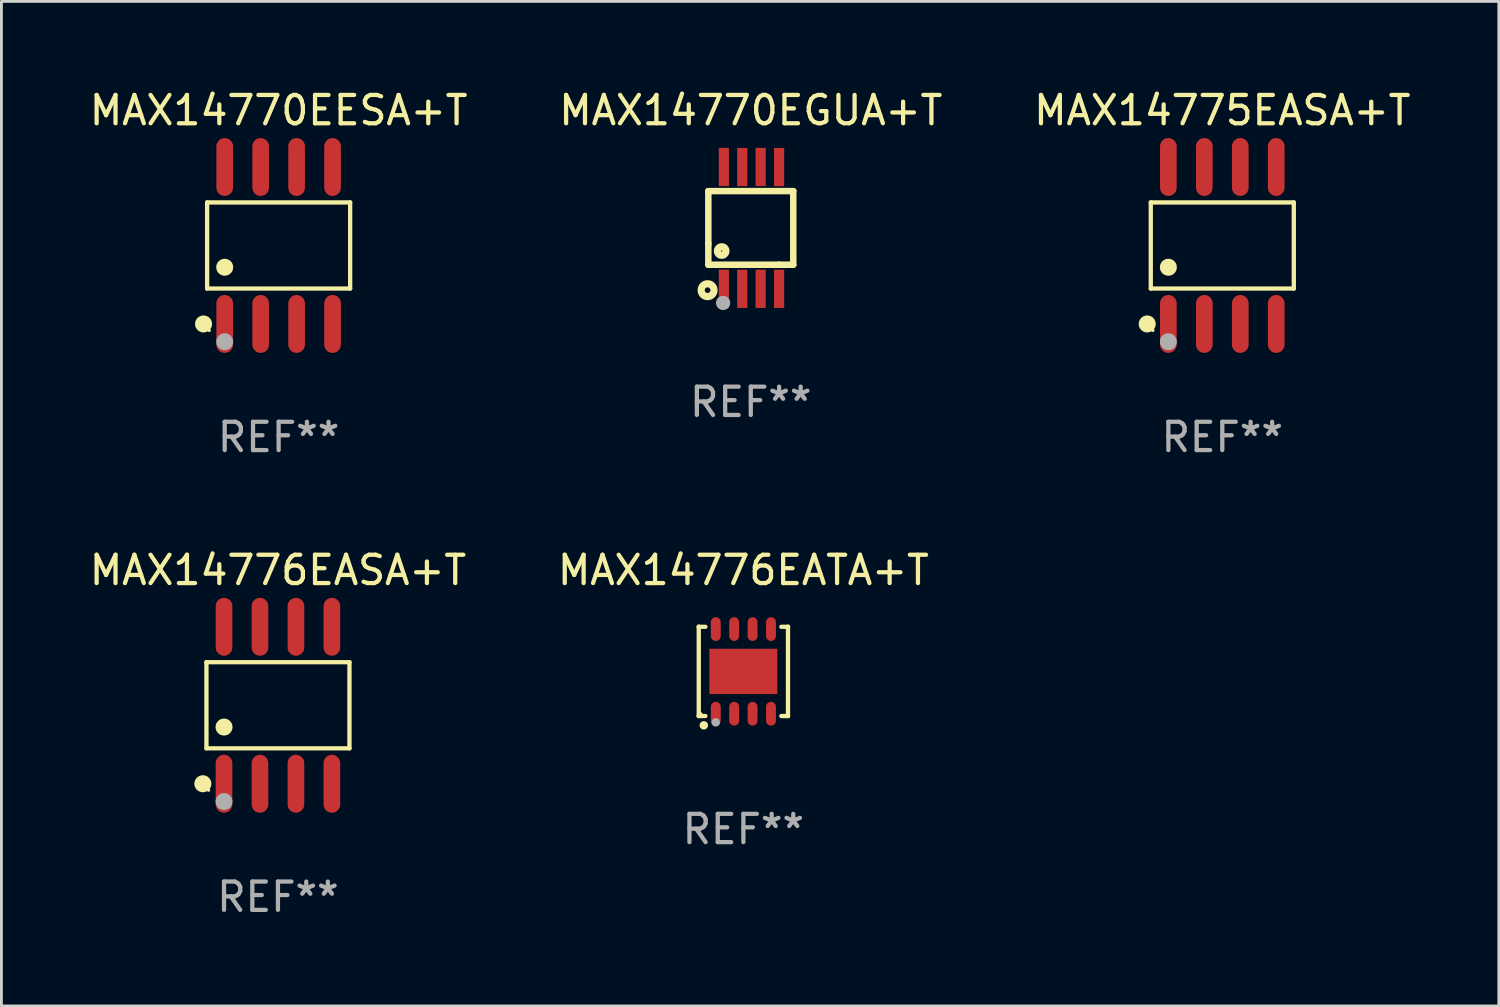
<source format=kicad_pcb>
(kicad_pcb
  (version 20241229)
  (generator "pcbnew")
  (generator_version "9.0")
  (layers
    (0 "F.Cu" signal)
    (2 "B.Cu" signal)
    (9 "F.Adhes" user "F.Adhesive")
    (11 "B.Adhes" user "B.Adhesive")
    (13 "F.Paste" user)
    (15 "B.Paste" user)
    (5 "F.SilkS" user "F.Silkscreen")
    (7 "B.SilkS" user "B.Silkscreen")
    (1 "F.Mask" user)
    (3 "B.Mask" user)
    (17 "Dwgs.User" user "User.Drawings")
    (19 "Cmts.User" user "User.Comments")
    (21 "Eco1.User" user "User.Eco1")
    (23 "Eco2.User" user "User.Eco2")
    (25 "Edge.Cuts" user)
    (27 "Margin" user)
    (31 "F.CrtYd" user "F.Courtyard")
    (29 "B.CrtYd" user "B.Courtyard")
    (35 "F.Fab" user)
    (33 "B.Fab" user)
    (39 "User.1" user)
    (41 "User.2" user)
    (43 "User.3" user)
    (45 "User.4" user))
  (footprint "MAX14770EESA+T"
    (layer "F.Cu")
    (at 6.792 5.621)
    (property "Reference" "MAX14770EESA+T" (at 0 -4.772 0) (layer "F.SilkS") (effects (font (size 1 1) (thickness 0.15))))
    (attr through_hole)
    (fp_line (start -2.526 -1.521) (end 2.526 -1.521) (stroke (width 0.152) (type solid)) (layer "F.SilkS"))
    (fp_line (start -2.526 1.521) (end -2.526 -1.521) (stroke (width 0.152) (type solid)) (layer "F.SilkS"))
    (fp_line (start 2.526 -1.521) (end 2.526 1.521) (stroke (width 0.152) (type solid)) (layer "F.SilkS"))
    (fp_line (start 2.526 1.521) (end -2.526 1.521) (stroke (width 0.152) (type solid)) (layer "F.SilkS"))
    (fp_circle (center -2.652 2.772) (end -2.501 2.772) (stroke (width 0.3) (type solid)) (fill no) (layer "F.SilkS"))
    (fp_circle (center -2.45 3) (end -2.42 3) (stroke (width 0.06) (type solid)) (fill no) (layer "F.SilkS"))
    (fp_circle (center -1.905 0.769) (end -1.755 0.769) (stroke (width 0.3) (type solid)) (fill no) (layer "F.SilkS"))
    (fp_circle (center -1.905 3.4) (end -1.755 3.4) (stroke (width 0.3) (type solid)) (fill no) (layer "F.Fab"))
    (fp_text user "REF**" (at 0 6.772 0) (layer "F.Fab") (effects (font (size 1 1) (thickness 0.15))))
    (pad "1" smd oval (at -1.905 2.772) (size 0.588 2.045) (layers "F.Cu" "F.Mask" "F.Paste"))
    (pad "2" smd oval (at -0.635 2.772) (size 0.588 2.045) (layers "F.Cu" "F.Mask" "F.Paste"))
    (pad "3" smd oval (at 0.635 2.772) (size 0.588 2.045) (layers "F.Cu" "F.Mask" "F.Paste"))
    (pad "4" smd oval (at 1.905 2.772) (size 0.588 2.045) (layers "F.Cu" "F.Mask" "F.Paste"))
    (pad "5" smd oval (at 1.905 -2.772) (size 0.588 2.045) (layers "F.Cu" "F.Mask" "F.Paste"))
    (pad "6" smd oval (at 0.635 -2.772) (size 0.588 2.045) (layers "F.Cu" "F.Mask" "F.Paste"))
    (pad "7" smd oval (at -0.635 -2.772) (size 0.588 2.045) (layers "F.Cu" "F.Mask" "F.Paste"))
    (pad "8" smd oval (at -1.905 -2.772) (size 0.588 2.045) (layers "F.Cu" "F.Mask" "F.Paste")))
  (footprint "MAX14776EASA+T"
    (layer "F.Cu")
    (at 6.768 21.862)
    (property "Reference" "MAX14776EASA+T" (at 0 -4.772 0) (layer "F.SilkS") (effects (font (size 1 1) (thickness 0.15))))
    (attr through_hole)
    (fp_line (start -2.526 -1.521) (end 2.526 -1.521) (stroke (width 0.152) (type solid)) (layer "F.SilkS"))
    (fp_line (start -2.526 1.521) (end -2.526 -1.521) (stroke (width 0.152) (type solid)) (layer "F.SilkS"))
    (fp_line (start 2.526 -1.521) (end 2.526 1.521) (stroke (width 0.152) (type solid)) (layer "F.SilkS"))
    (fp_line (start 2.526 1.521) (end -2.526 1.521) (stroke (width 0.152) (type solid)) (layer "F.SilkS"))
    (fp_circle (center -2.652 2.772) (end -2.501 2.772) (stroke (width 0.3) (type solid)) (fill no) (layer "F.SilkS"))
    (fp_circle (center -2.45 3) (end -2.42 3) (stroke (width 0.06) (type solid)) (fill no) (layer "F.SilkS"))
    (fp_circle (center -1.905 0.769) (end -1.755 0.769) (stroke (width 0.3) (type solid)) (fill no) (layer "F.SilkS"))
    (fp_circle (center -1.905 3.4) (end -1.755 3.4) (stroke (width 0.3) (type solid)) (fill no) (layer "F.Fab"))
    (fp_text user "REF**" (at 0 6.772 0) (layer "F.Fab") (effects (font (size 1 1) (thickness 0.15))))
    (pad "1" smd oval (at -1.905 2.772) (size 0.588 2.045) (layers "F.Cu" "F.Mask" "F.Paste"))
    (pad "2" smd oval (at -0.635 2.772) (size 0.588 2.045) (layers "F.Cu" "F.Mask" "F.Paste"))
    (pad "3" smd oval (at 0.635 2.772) (size 0.588 2.045) (layers "F.Cu" "F.Mask" "F.Paste"))
    (pad "4" smd oval (at 1.905 2.772) (size 0.588 2.045) (layers "F.Cu" "F.Mask" "F.Paste"))
    (pad "5" smd oval (at 1.905 -2.772) (size 0.588 2.045) (layers "F.Cu" "F.Mask" "F.Paste"))
    (pad "6" smd oval (at 0.635 -2.772) (size 0.588 2.045) (layers "F.Cu" "F.Mask" "F.Paste"))
    (pad "7" smd oval (at -0.635 -2.772) (size 0.588 2.045) (layers "F.Cu" "F.Mask" "F.Paste"))
    (pad "8" smd oval (at -1.905 -2.772) (size 0.588 2.045) (layers "F.Cu" "F.Mask" "F.Paste")))
  (footprint "MAX14776EATA+T"
    (layer "F.Cu")
    (at 23.208 20.666)
    (property "Reference" "MAX14776EATA+T" (at 0 -3.576 0) (layer "F.SilkS") (effects (font (size 1 1) (thickness 0.15))))
    (attr through_hole)
    (fp_line (start -1.576 -1.576) (end -1.576 -1.576) (stroke (width 0.152) (type solid)) (layer "F.SilkS"))
    (fp_line (start -1.576 -1.576) (end -1.341 -1.576) (stroke (width 0.152) (type solid)) (layer "F.SilkS"))
    (fp_line (start -1.576 1.576) (end -1.576 -1.576) (stroke (width 0.152) (type solid)) (layer "F.SilkS"))
    (fp_line (start -1.576 1.576) (end -1.576 1.576) (stroke (width 0.152) (type solid)) (layer "F.SilkS"))
    (fp_line (start -1.341 1.576) (end -1.576 1.576) (stroke (width 0.152) (type solid)) (layer "F.SilkS"))
    (fp_line (start 1.341 1.576) (end 1.576 1.576) (stroke (width 0.152) (type solid)) (layer "F.SilkS"))
    (fp_line (start 1.576 -1.576) (end 1.341 -1.576) (stroke (width 0.152) (type solid)) (layer "F.SilkS"))
    (fp_line (start 1.576 -1.576) (end 1.576 -1.576) (stroke (width 0.152) (type solid)) (layer "F.SilkS"))
    (fp_line (start 1.576 1.576) (end 1.576 -1.576) (stroke (width 0.152) (type solid)) (layer "F.SilkS"))
    (fp_line (start 1.576 1.576) (end 1.576 1.576) (stroke (width 0.152) (type solid)) (layer "F.SilkS"))
    (fp_circle (center -1.5 1.5) (end -1.47 1.5) (stroke (width 0.06) (type solid)) (fill no) (layer "F.SilkS"))
    (fp_circle (center -1.397 1.905) (end -1.322 1.905) (stroke (width 0.15) (type solid)) (fill no) (layer "F.SilkS"))
    (fp_circle (center -0.975 1.8) (end -0.9 1.8) (stroke (width 0.15) (type solid)) (fill no) (layer "F.Fab"))
    (fp_text user "REF**" (at 0 5.576 0) (layer "F.Fab") (effects (font (size 1 1) (thickness 0.15))))
    (pad "1" smd oval (at -0.975 1.495) (size 0.35 0.84) (layers "F.Cu" "F.Mask" "F.Paste"))
    (pad "2" smd oval (at -0.325 1.495) (size 0.35 0.84) (layers "F.Cu" "F.Mask" "F.Paste"))
    (pad "3" smd oval (at 0.325 1.495) (size 0.35 0.84) (layers "F.Cu" "F.Mask" "F.Paste"))
    (pad "4" smd oval (at 0.975 1.495) (size 0.35 0.84) (layers "F.Cu" "F.Mask" "F.Paste"))
    (pad "5" smd oval (at 0.975 -1.495) (size 0.35 0.84) (layers "F.Cu" "F.Mask" "F.Paste"))
    (pad "6" smd oval (at 0.325 -1.495) (size 0.35 0.84) (layers "F.Cu" "F.Mask" "F.Paste"))
    (pad "7" smd oval (at -0.325 -1.495) (size 0.35 0.84) (layers "F.Cu" "F.Mask" "F.Paste"))
    (pad "8" smd oval (at -0.975 -1.495) (size 0.35 0.84) (layers "F.Cu" "F.Mask" "F.Paste"))
    (pad "9" smd rect (at 0 0) (size 2.4 1.6) (layers "F.Cu" "F.Mask" "F.Paste")))
  (footprint "MAX14775EASA+T"
    (layer "F.Cu")
    (at 40.125 5.621)
    (property "Reference" "MAX14775EASA+T" (at 0 -4.772 0) (layer "F.SilkS") (effects (font (size 1 1) (thickness 0.15))))
    (attr through_hole)
    (fp_line (start -2.526 -1.521) (end 2.526 -1.521) (stroke (width 0.152) (type solid)) (layer "F.SilkS"))
    (fp_line (start -2.526 1.521) (end -2.526 -1.521) (stroke (width 0.152) (type solid)) (layer "F.SilkS"))
    (fp_line (start 2.526 -1.521) (end 2.526 1.521) (stroke (width 0.152) (type solid)) (layer "F.SilkS"))
    (fp_line (start 2.526 1.521) (end -2.526 1.521) (stroke (width 0.152) (type solid)) (layer "F.SilkS"))
    (fp_circle (center -2.652 2.772) (end -2.501 2.772) (stroke (width 0.3) (type solid)) (fill no) (layer "F.SilkS"))
    (fp_circle (center -2.45 3) (end -2.42 3) (stroke (width 0.06) (type solid)) (fill no) (layer "F.SilkS"))
    (fp_circle (center -1.905 0.769) (end -1.755 0.769) (stroke (width 0.3) (type solid)) (fill no) (layer "F.SilkS"))
    (fp_circle (center -1.905 3.4) (end -1.755 3.4) (stroke (width 0.3) (type solid)) (fill no) (layer "F.Fab"))
    (fp_text user "REF**" (at 0 6.772 0) (layer "F.Fab") (effects (font (size 1 1) (thickness 0.15))))
    (pad "1" smd oval (at -1.905 2.772) (size 0.588 2.045) (layers "F.Cu" "F.Mask" "F.Paste"))
    (pad "2" smd oval (at -0.635 2.772) (size 0.588 2.045) (layers "F.Cu" "F.Mask" "F.Paste"))
    (pad "3" smd oval (at 0.635 2.772) (size 0.588 2.045) (layers "F.Cu" "F.Mask" "F.Paste"))
    (pad "4" smd oval (at 1.905 2.772) (size 0.588 2.045) (layers "F.Cu" "F.Mask" "F.Paste"))
    (pad "5" smd oval (at 1.905 -2.772) (size 0.588 2.045) (layers "F.Cu" "F.Mask" "F.Paste"))
    (pad "6" smd oval (at 0.635 -2.772) (size 0.588 2.045) (layers "F.Cu" "F.Mask" "F.Paste"))
    (pad "7" smd oval (at -0.635 -2.772) (size 0.588 2.045) (layers "F.Cu" "F.Mask" "F.Paste"))
    (pad "8" smd oval (at -1.905 -2.772) (size 0.588 2.045) (layers "F.Cu" "F.Mask" "F.Paste")))
  (footprint "MAX14770EGUA+T"
    (layer "F.Cu")
    (at 23.47 5)
    (property "Reference" "MAX14770EGUA+T" (at 0 -4.152 0) (layer "F.SilkS") (effects (font (size 1 1) (thickness 0.15))))
    (attr through_hole)
    (fp_line (start -1.5 1.301) (end 1 1.301) (stroke (width 0.229) (type solid)) (layer "F.SilkS"))
    (fp_line (start -1.5 -1.299) (end -1.5 0.551) (stroke (width 0.229) (type solid)) (layer "F.SilkS"))
    (fp_line (start -1.5 0.551) (end -1.5 1.301) (stroke (width 0.229) (type solid)) (layer "F.SilkS"))
    (fp_line (start 1 1.301) (end 1.5 1.301) (stroke (width 0.229) (type solid)) (layer "F.SilkS"))
    (fp_line (start 1.5 1.301) (end 1.5 -1.299) (stroke (width 0.229) (type solid)) (layer "F.SilkS"))
    (fp_line (start 1.5 -1.299) (end -1.5 -1.299) (stroke (width 0.229) (type solid)) (layer "F.SilkS"))
    (fp_circle (center -1.526 2.2) (end -1.426 2.2) (stroke (width 0.254) (type solid)) (fill no) (layer "F.SilkS"))
    (fp_circle (center -1.476 2.45) (end -1.446 2.45) (stroke (width 0.06) (type solid)) (fill no) (layer "F.SilkS"))
    (fp_circle (center -1.028 0.817) (end -0.878 0.817) (stroke (width 0.254) (type solid)) (fill no) (layer "F.SilkS"))
    (fp_circle (center -0.976 2.65) (end -0.849 2.65) (stroke (width 0.254) (type solid)) (fill no) (layer "F.Fab"))
    (fp_text user "REF**" (at 0 6.152 0) (layer "F.Fab") (effects (font (size 1 1) (thickness 0.15))))
    (pad "1" smd rect (at -0.951 2.15) (size 0.36 1.35) (layers "F.Cu" "F.Mask" "F.Paste"))
    (pad "2" smd rect (at -0.301 2.152) (size 0.36 1.35) (layers "F.Cu" "F.Mask" "F.Paste"))
    (pad "3" smd rect (at 0.349 2.151) (size 0.36 1.35) (layers "F.Cu" "F.Mask" "F.Paste"))
    (pad "4" smd rect (at 0.999 2.152) (size 0.36 1.35) (layers "F.Cu" "F.Mask" "F.Paste"))
    (pad "5" smd rect (at 0.999 -2.149) (size 0.36 1.35) (layers "F.Cu" "F.Mask" "F.Paste"))
    (pad "6" smd rect (at 0.349 -2.152) (size 0.36 1.35) (layers "F.Cu" "F.Mask" "F.Paste"))
    (pad "7" smd rect (at -0.301 -2.149) (size 0.36 1.35) (layers "F.Cu" "F.Mask" "F.Paste"))
    (pad "8" smd rect (at -0.951 -2.152) (size 0.36 1.35) (layers "F.Cu" "F.Mask" "F.Paste")))
  (gr_rect
    (start -3 -3)
    (end 49.893 32.483)
    (stroke (width 0.1) (type default))
    (fill no)
    (layer "Edge.Cuts")))
</source>
